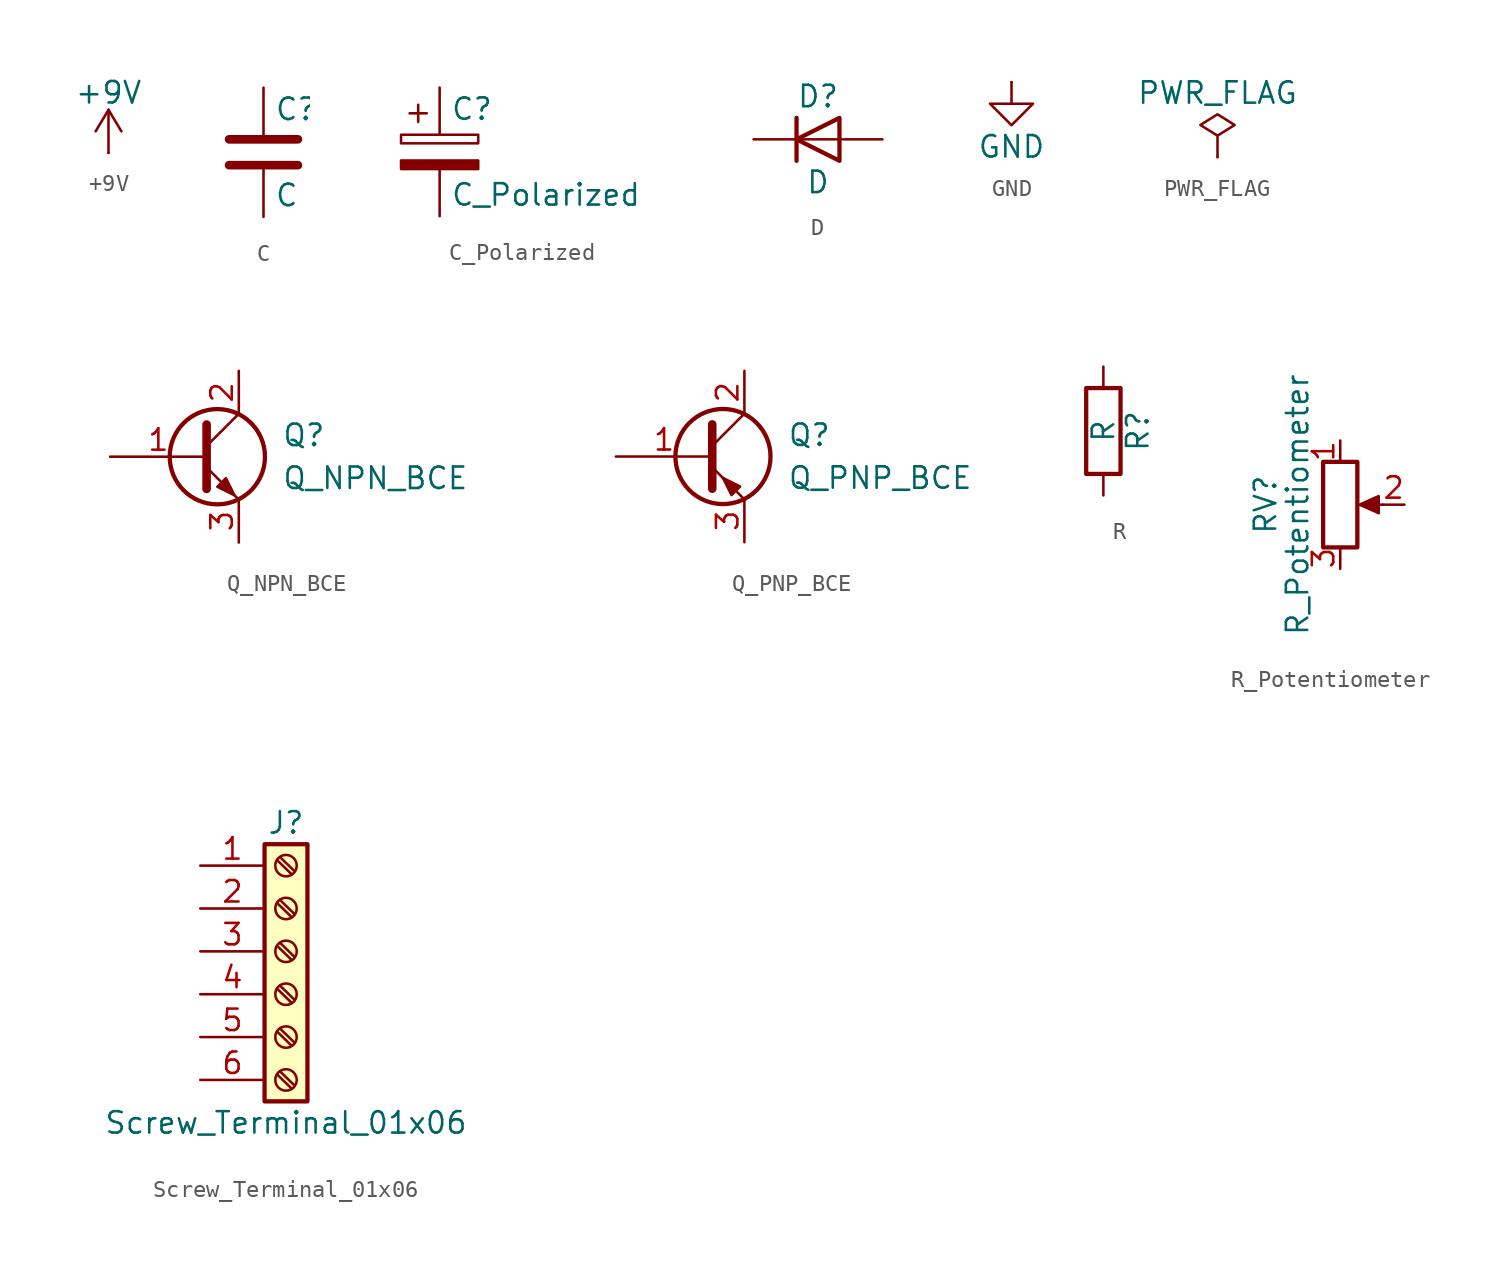
<source format=kicad_sym>
(kicad_symbol_lib
  (version 20231120)
  (generator "kicad_symbol_editor")
  (generator_version "8.0")
  (symbol "+9V"
    (power)
    (pin_numbers hide)
    (pin_names
      (offset 0) hide)
    (property "Reference" "#PWR"
      (at 0 -3.81 0)
      (effects (font (size 1.27 1.27)) (hide yes)))
    (property "Value" "+9V"
      (at 0 3.556 0)
      (effects (font (size 1.27 1.27))))
    (symbol "+9V_0_1"
      (polyline (pts (xy -0.762 1.27) (xy 0 2.54)) (stroke (width 0) (type default)) (fill (type none)))
      (polyline (pts (xy 0 0) (xy 0 2.54)) (stroke (width 0) (type default)) (fill (type none)))
      (polyline (pts (xy 0 2.54) (xy 0.762 1.27)) (stroke (width 0) (type default)) (fill (type none))))
    (symbol "+9V_1_1"
      (pin power_in line (at 0 0 90) (length 0) (name "~" (effects (font (size 1.27 1.27)))) (number "1" (effects (font (size 1.27 1.27)))))))
  (symbol "C"
    (pin_numbers hide)
    (pin_names
      (offset 0.254))
    (property "Reference" "C"
      (at 0.635 2.54 0)
      (effects (font (size 1.27 1.27)) (justify left)))
    (property "Value" "C"
      (at 0.635 -2.54 0)
      (effects (font (size 1.27 1.27)) (justify left)))
    (symbol "C_0_1"
      (polyline (pts (xy -2.032 -0.762) (xy 2.032 -0.762)) (stroke (width 0.508) (type default)) (fill (type none)))
      (polyline (pts (xy -2.032 0.762) (xy 2.032 0.762)) (stroke (width 0.508) (type default)) (fill (type none))))
    (symbol "C_1_1"
      (pin passive line (at 0 3.81 270) (length 2.794) (name "~" (effects (font (size 1.27 1.27)))) (number "1" (effects (font (size 1.27 1.27)))))
      (pin passive line (at 0 -3.81 90) (length 2.794) (name "~" (effects (font (size 1.27 1.27)))) (number "2" (effects (font (size 1.27 1.27)))))))
  (symbol "C_Polarized"
    (pin_numbers hide)
    (pin_names
      (offset 0.254))
    (property "Reference" "C"
      (at 0.635 2.54 0)
      (effects (font (size 1.27 1.27)) (justify left)))
    (property "Value" "C_Polarized"
      (at 0.635 -2.54 0)
      (effects (font (size 1.27 1.27)) (justify left)))
    (symbol "C_Polarized_0_1"
      (rectangle (start -2.286 0.508) (end 2.286 1.016) (stroke (width 0) (type default)) (fill (type none)))
      (polyline (pts (xy -1.778 2.286) (xy -0.762 2.286)) (stroke (width 0) (type default)) (fill (type none)))
      (polyline (pts (xy -1.27 2.794) (xy -1.27 1.778)) (stroke (width 0) (type default)) (fill (type none)))
      (rectangle (start 2.286 -0.508) (end -2.286 -1.016) (stroke (width 0) (type default)) (fill (type outline))))
    (symbol "C_Polarized_1_1"
      (pin passive line (at 0 3.81 270) (length 2.794) (name "~" (effects (font (size 1.27 1.27)))) (number "1" (effects (font (size 1.27 1.27)))))
      (pin passive line (at 0 -3.81 90) (length 2.794) (name "~" (effects (font (size 1.27 1.27)))) (number "2" (effects (font (size 1.27 1.27)))))))
  (symbol "D"
    (pin_numbers hide)
    (pin_names
      (offset 1.016) hide)
    (property "Reference" "D"
      (at 0 2.54 0)
      (effects (font (size 1.27 1.27))))
    (property "Value" "D"
      (at 0 -2.54 0)
      (effects (font (size 1.27 1.27))))
    (symbol "D_0_1"
      (polyline (pts (xy -1.27 1.27) (xy -1.27 -1.27)) (stroke (width 0.254) (type default)) (fill (type none)))
      (polyline (pts (xy 1.27 0) (xy -1.27 0)) (stroke (width 0) (type default)) (fill (type none)))
      (polyline (pts (xy 1.27 1.27) (xy 1.27 -1.27) (xy -1.27 0) (xy 1.27 1.27)) (stroke (width 0.254) (type default)) (fill (type none))))
    (symbol "D_1_1"
      (pin passive line (at -3.81 0 0) (length 2.54) (name "K" (effects (font (size 1.27 1.27)))) (number "1" (effects (font (size 1.27 1.27)))))
      (pin passive line (at 3.81 0 180) (length 2.54) (name "A" (effects (font (size 1.27 1.27)))) (number "2" (effects (font (size 1.27 1.27)))))))
  (symbol "GND"
    (power)
    (pin_numbers hide)
    (pin_names
      (offset 0) hide)
    (property "Reference" "#PWR"
      (at 0 -6.35 0)
      (effects (font (size 1.27 1.27)) (hide yes)))
    (property "Value" "GND"
      (at 0 -3.81 0)
      (effects (font (size 1.27 1.27))))
    (symbol "GND_0_1"
      (polyline (pts (xy 0 0) (xy 0 -1.27) (xy 1.27 -1.27) (xy 0 -2.54) (xy -1.27 -1.27) (xy 0 -1.27)) (stroke (width 0) (type default)) (fill (type none))))
    (symbol "GND_1_1"
      (pin power_in line (at 0 0 270) (length 0) (name "~" (effects (font (size 1.27 1.27)))) (number "1" (effects (font (size 1.27 1.27)))))))
  (symbol "PWR_FLAG"
    (power)
    (pin_numbers hide)
    (pin_names
      (offset 0) hide)
    (property "Reference" "#FLG"
      (at 0 1.905 0)
      (effects (font (size 1.27 1.27)) (hide yes)))
    (property "Value" "PWR_FLAG"
      (at 0 3.81 0)
      (effects (font (size 1.27 1.27))))
    (symbol "PWR_FLAG_0_0"
      (pin power_out line (at 0 0 90) (length 0) (name "~" (effects (font (size 1.27 1.27)))) (number "1" (effects (font (size 1.27 1.27))))))
    (symbol "PWR_FLAG_0_1"
      (polyline (pts (xy 0 0) (xy 0 1.27) (xy -1.016 1.905) (xy 0 2.54) (xy 1.016 1.905) (xy 0 1.27)) (stroke (width 0) (type default)) (fill (type none)))))
  (symbol "Q_NPN_BCE"
    (pin_names
      (offset 0) hide)
    (property "Reference" "Q"
      (at 5.08 1.27 0)
      (effects (font (size 1.27 1.27)) (justify left)))
    (property "Value" "Q_NPN_BCE"
      (at 5.08 -1.27 0)
      (effects (font (size 1.27 1.27)) (justify left)))
    (symbol "Q_NPN_BCE_0_1"
      (polyline (pts (xy 0.635 0.635) (xy 2.54 2.54)) (stroke (width 0) (type default)) (fill (type none)))
      (polyline (pts (xy 0.635 -0.635) (xy 2.54 -2.54) (xy 2.54 -2.54)) (stroke (width 0) (type default)) (fill (type none)))
      (polyline (pts (xy 0.635 1.905) (xy 0.635 -1.905) (xy 0.635 -1.905)) (stroke (width 0.508) (type default)) (fill (type none)))
      (polyline (pts (xy 1.27 -1.778) (xy 1.778 -1.27) (xy 2.286 -2.286) (xy 1.27 -1.778) (xy 1.27 -1.778)) (stroke (width 0) (type default)) (fill (type outline)))
      (circle (center 1.27 0) (radius 2.819) (stroke (width 0.254) (type default)) (fill (type none))))
    (symbol "Q_NPN_BCE_1_1"
      (pin input line (at -5.08 0 0) (length 5.715) (name "B" (effects (font (size 1.27 1.27)))) (number "1" (effects (font (size 1.27 1.27)))))
      (pin passive line (at 2.54 5.08 270) (length 2.54) (name "C" (effects (font (size 1.27 1.27)))) (number "2" (effects (font (size 1.27 1.27)))))
      (pin passive line (at 2.54 -5.08 90) (length 2.54) (name "E" (effects (font (size 1.27 1.27)))) (number "3" (effects (font (size 1.27 1.27)))))))
  (symbol "Q_PNP_BCE"
    (pin_names
      (offset 0) hide)
    (property "Reference" "Q"
      (at 5.08 1.27 0)
      (effects (font (size 1.27 1.27)) (justify left)))
    (property "Value" "Q_PNP_BCE"
      (at 5.08 -1.27 0)
      (effects (font (size 1.27 1.27)) (justify left)))
    (symbol "Q_PNP_BCE_0_1"
      (polyline (pts (xy 0.635 0.635) (xy 2.54 2.54)) (stroke (width 0) (type default)) (fill (type none)))
      (polyline (pts (xy 0.635 -0.635) (xy 2.54 -2.54) (xy 2.54 -2.54)) (stroke (width 0) (type default)) (fill (type none)))
      (polyline (pts (xy 0.635 1.905) (xy 0.635 -1.905) (xy 0.635 -1.905)) (stroke (width 0.508) (type default)) (fill (type none)))
      (polyline (pts (xy 2.286 -1.778) (xy 1.778 -2.286) (xy 1.27 -1.27) (xy 2.286 -1.778) (xy 2.286 -1.778)) (stroke (width 0) (type default)) (fill (type outline)))
      (circle (center 1.27 0) (radius 2.819) (stroke (width 0.254) (type default)) (fill (type none))))
    (symbol "Q_PNP_BCE_1_1"
      (pin input line (at -5.08 0 0) (length 5.715) (name "B" (effects (font (size 1.27 1.27)))) (number "1" (effects (font (size 1.27 1.27)))))
      (pin passive line (at 2.54 5.08 270) (length 2.54) (name "C" (effects (font (size 1.27 1.27)))) (number "2" (effects (font (size 1.27 1.27)))))
      (pin passive line (at 2.54 -5.08 90) (length 2.54) (name "E" (effects (font (size 1.27 1.27)))) (number "3" (effects (font (size 1.27 1.27)))))))
  (symbol "R"
    (pin_numbers hide)
    (pin_names
      (offset 0))
    (property "Reference" "R"
      (at 2.032 0 90)
      (effects (font (size 1.27 1.27))))
    (property "Value" "R"
      (at 0 0 90)
      (effects (font (size 1.27 1.27))))
    (symbol "R_0_1"
      (rectangle (start -1.016 -2.54) (end 1.016 2.54) (stroke (width 0.254) (type default)) (fill (type none))))
    (symbol "R_1_1"
      (pin passive line (at 0 3.81 270) (length 1.27) (name "~" (effects (font (size 1.27 1.27)))) (number "1" (effects (font (size 1.27 1.27)))))
      (pin passive line (at 0 -3.81 90) (length 1.27) (name "~" (effects (font (size 1.27 1.27)))) (number "2" (effects (font (size 1.27 1.27)))))))
  (symbol "R_Potentiometer"
    (pin_names
      (offset 1.016) hide)
    (property "Reference" "RV"
      (at -4.445 0 90)
      (effects (font (size 1.27 1.27))))
    (property "Value" "R_Potentiometer"
      (at -2.54 0 90)
      (effects (font (size 1.27 1.27))))
    (symbol "R_Potentiometer_0_1"
      (polyline (pts (xy 2.54 0) (xy 1.524 0)) (stroke (width 0) (type default)) (fill (type none)))
      (polyline (pts (xy 1.143 0) (xy 2.286 0.508) (xy 2.286 -0.508) (xy 1.143 0)) (stroke (width 0) (type default)) (fill (type outline)))
      (rectangle (start 1.016 2.54) (end -1.016 -2.54) (stroke (width 0.254) (type default)) (fill (type none))))
    (symbol "R_Potentiometer_1_1"
      (pin passive line (at 0 3.81 270) (length 1.27) (name "1" (effects (font (size 1.27 1.27)))) (number "1" (effects (font (size 1.27 1.27)))))
      (pin passive line (at 3.81 0 180) (length 1.27) (name "2" (effects (font (size 1.27 1.27)))) (number "2" (effects (font (size 1.27 1.27)))))
      (pin passive line (at 0 -3.81 90) (length 1.27) (name "3" (effects (font (size 1.27 1.27)))) (number "3" (effects (font (size 1.27 1.27)))))))
  (symbol "Screw_Terminal_01x06"
    (pin_names
      (offset 1.016) hide)
    (property "Reference" "J"
      (at 0 7.62 0)
      (effects (font (size 1.27 1.27))))
    (property "Value" "Screw_Terminal_01x06"
      (at 0 -10.16 0)
      (effects (font (size 1.27 1.27))))
    (symbol "Screw_Terminal_01x06_1_1"
      (rectangle (start -1.27 6.35) (end 1.27 -8.89) (stroke (width 0.254) (type default)) (fill (type background)))
      (circle (center 0 -7.62) (radius 0.635) (stroke (width 0.152) (type default)) (fill (type none)))
      (circle (center 0 -5.08) (radius 0.635) (stroke (width 0.152) (type default)) (fill (type none)))
      (circle (center 0 -2.54) (radius 0.635) (stroke (width 0.152) (type default)) (fill (type none)))
      (polyline (pts (xy -0.533 -7.29) (xy 0.33 -8.128)) (stroke (width 0.152) (type default)) (fill (type none)))
      (polyline (pts (xy -0.533 -4.75) (xy 0.33 -5.588)) (stroke (width 0.152) (type default)) (fill (type none)))
      (polyline (pts (xy -0.533 -2.21) (xy 0.33 -3.048)) (stroke (width 0.152) (type default)) (fill (type none)))
      (polyline (pts (xy -0.533 0.33) (xy 0.33 -0.508)) (stroke (width 0.152) (type default)) (fill (type none)))
      (polyline (pts (xy -0.533 2.87) (xy 0.33 2.032)) (stroke (width 0.152) (type default)) (fill (type none)))
      (polyline (pts (xy -0.533 5.41) (xy 0.33 4.572)) (stroke (width 0.152) (type default)) (fill (type none)))
      (polyline (pts (xy -0.356 -7.112) (xy 0.508 -7.95)) (stroke (width 0.152) (type default)) (fill (type none)))
      (polyline (pts (xy -0.356 -4.572) (xy 0.508 -5.41)) (stroke (width 0.152) (type default)) (fill (type none)))
      (polyline (pts (xy -0.356 -2.032) (xy 0.508 -2.87)) (stroke (width 0.152) (type default)) (fill (type none)))
      (polyline (pts (xy -0.356 0.508) (xy 0.508 -0.33)) (stroke (width 0.152) (type default)) (fill (type none)))
      (polyline (pts (xy -0.356 3.048) (xy 0.508 2.21)) (stroke (width 0.152) (type default)) (fill (type none)))
      (polyline (pts (xy -0.356 5.588) (xy 0.508 4.75)) (stroke (width 0.152) (type default)) (fill (type none)))
      (circle (center 0 0) (radius 0.635) (stroke (width 0.152) (type default)) (fill (type none)))
      (circle (center 0 2.54) (radius 0.635) (stroke (width 0.152) (type default)) (fill (type none)))
      (circle (center 0 5.08) (radius 0.635) (stroke (width 0.152) (type default)) (fill (type none)))
      (pin passive line (at -5.08 5.08 0) (length 3.81) (name "Pin_1" (effects (font (size 1.27 1.27)))) (number "1" (effects (font (size 1.27 1.27)))))
      (pin passive line (at -5.08 2.54 0) (length 3.81) (name "Pin_2" (effects (font (size 1.27 1.27)))) (number "2" (effects (font (size 1.27 1.27)))))
      (pin passive line (at -5.08 0 0) (length 3.81) (name "Pin_3" (effects (font (size 1.27 1.27)))) (number "3" (effects (font (size 1.27 1.27)))))
      (pin passive line (at -5.08 -2.54 0) (length 3.81) (name "Pin_4" (effects (font (size 1.27 1.27)))) (number "4" (effects (font (size 1.27 1.27)))))
      (pin passive line (at -5.08 -5.08 0) (length 3.81) (name "Pin_5" (effects (font (size 1.27 1.27)))) (number "5" (effects (font (size 1.27 1.27)))))
      (pin passive line (at -5.08 -7.62 0) (length 3.81) (name "Pin_6" (effects (font (size 1.27 1.27)))) (number "6" (effects (font (size 1.27 1.27))))))))
</source>
